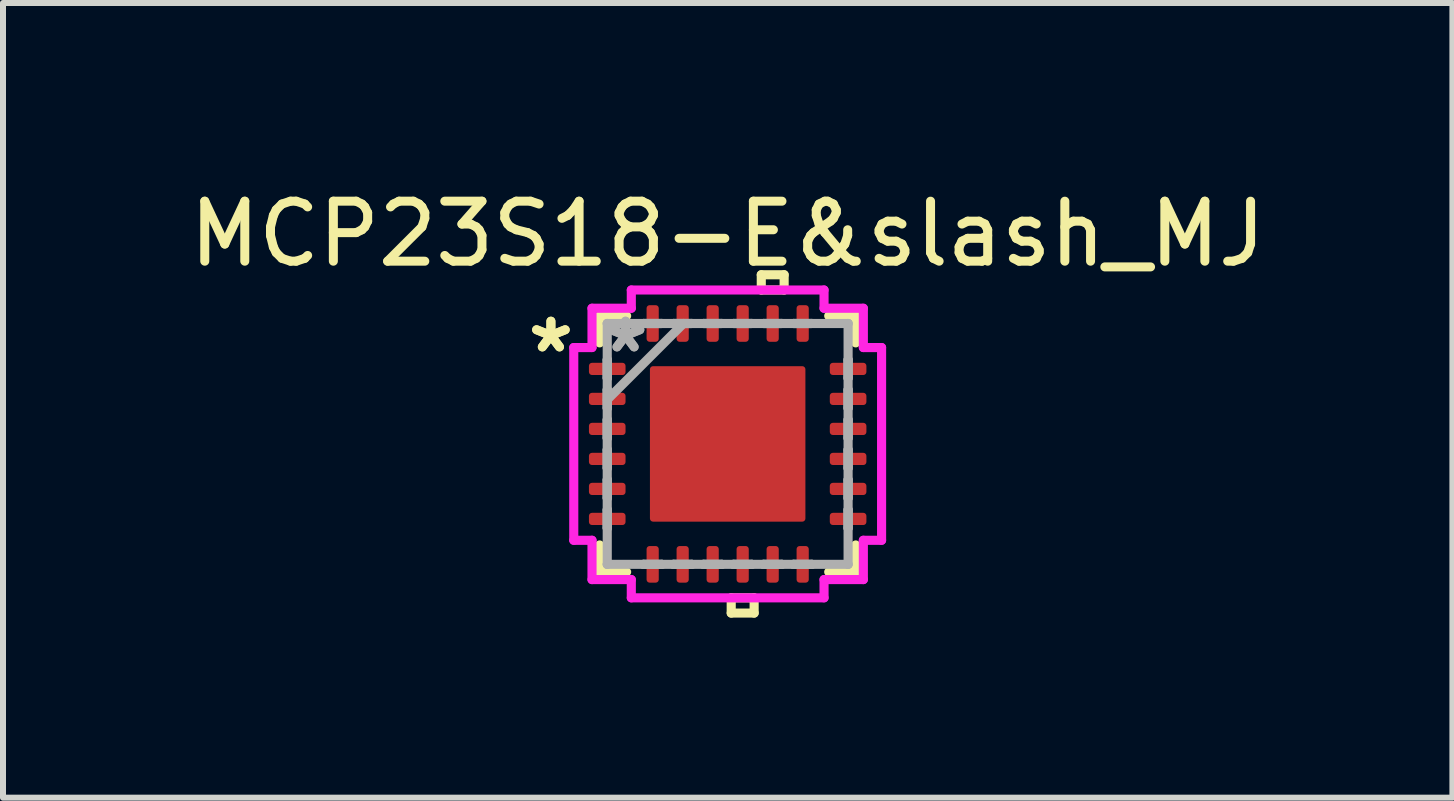
<source format=kicad_pcb>
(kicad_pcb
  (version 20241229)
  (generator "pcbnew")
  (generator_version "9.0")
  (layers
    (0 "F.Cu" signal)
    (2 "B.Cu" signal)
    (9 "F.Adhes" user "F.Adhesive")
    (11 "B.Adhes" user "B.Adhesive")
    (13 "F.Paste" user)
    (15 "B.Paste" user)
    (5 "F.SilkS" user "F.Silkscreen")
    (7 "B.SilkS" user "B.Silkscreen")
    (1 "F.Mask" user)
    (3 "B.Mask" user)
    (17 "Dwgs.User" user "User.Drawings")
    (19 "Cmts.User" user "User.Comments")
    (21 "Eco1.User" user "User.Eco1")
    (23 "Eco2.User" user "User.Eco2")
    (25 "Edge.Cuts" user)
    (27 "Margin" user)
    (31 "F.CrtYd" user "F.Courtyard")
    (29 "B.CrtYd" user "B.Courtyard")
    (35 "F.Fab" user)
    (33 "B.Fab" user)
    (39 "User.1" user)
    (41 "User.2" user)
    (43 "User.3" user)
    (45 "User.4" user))
  (footprint "MCP23S18-E&slash_MJ"
    (layer "F.Cu")
    (at 9.077 4.348)
    (property "Reference" "MCP23S18-E&slash_MJ" (at 0 -3.5 0) (layer "F.SilkS") (effects (font (size 1 1) (thickness 0.15))))
    (attr smd)
    (fp_line (start -2.134 -2.134) (end -2.134 -1.684) (stroke (width 0.152) (type solid)) (layer "F.SilkS"))
    (fp_line (start -2.134 1.684) (end -2.134 2.134) (stroke (width 0.152) (type solid)) (layer "F.SilkS"))
    (fp_line (start -2.134 2.134) (end -1.684 2.134) (stroke (width 0.152) (type solid)) (layer "F.SilkS"))
    (fp_line (start -1.684 -2.134) (end -2.134 -2.134) (stroke (width 0.152) (type solid)) (layer "F.SilkS"))
    (fp_line (start 0.059 2.565) (end 0.059 2.819) (stroke (width 0.152) (type solid)) (layer "F.SilkS"))
    (fp_line (start 0.059 2.819) (end 0.441 2.819) (stroke (width 0.152) (type solid)) (layer "F.SilkS"))
    (fp_line (start 0.441 2.565) (end 0.059 2.565) (stroke (width 0.152) (type solid)) (layer "F.SilkS"))
    (fp_line (start 0.441 2.819) (end 0.441 2.565) (stroke (width 0.152) (type solid)) (layer "F.SilkS"))
    (fp_line (start 0.56 -2.819) (end 0.941 -2.819) (stroke (width 0.152) (type solid)) (layer "F.SilkS"))
    (fp_line (start 0.56 -2.565) (end 0.56 -2.819) (stroke (width 0.152) (type solid)) (layer "F.SilkS"))
    (fp_line (start 0.941 -2.819) (end 0.941 -2.565) (stroke (width 0.152) (type solid)) (layer "F.SilkS"))
    (fp_line (start 0.941 -2.565) (end 0.56 -2.565) (stroke (width 0.152) (type solid)) (layer "F.SilkS"))
    (fp_line (start 1.684 2.134) (end 2.134 2.134) (stroke (width 0.152) (type solid)) (layer "F.SilkS"))
    (fp_line (start 2.134 -2.134) (end 1.684 -2.134) (stroke (width 0.152) (type solid)) (layer "F.SilkS"))
    (fp_line (start 2.134 -1.684) (end 2.134 -2.134) (stroke (width 0.152) (type solid)) (layer "F.SilkS"))
    (fp_line (start 2.134 2.134) (end 2.134 1.684) (stroke (width 0.152) (type solid)) (layer "F.SilkS"))
    (fp_line (start -1.195 -1.195) (end -1.195 -0.1) (stroke (width 0.152) (type solid)) (layer "F.Paste"))
    (fp_line (start -1.195 -0.1) (end -0.1 -0.1) (stroke (width 0.152) (type solid)) (layer "F.Paste"))
    (fp_line (start -1.195 0.1) (end -1.195 1.195) (stroke (width 0.152) (type solid)) (layer "F.Paste"))
    (fp_line (start -1.195 1.195) (end -0.1 1.195) (stroke (width 0.152) (type solid)) (layer "F.Paste"))
    (fp_line (start -0.1 -1.195) (end -1.195 -1.195) (stroke (width 0.152) (type solid)) (layer "F.Paste"))
    (fp_line (start -0.1 -0.1) (end -0.1 -1.195) (stroke (width 0.152) (type solid)) (layer "F.Paste"))
    (fp_line (start -0.1 0.1) (end -1.195 0.1) (stroke (width 0.152) (type solid)) (layer "F.Paste"))
    (fp_line (start -0.1 1.195) (end -0.1 0.1) (stroke (width 0.152) (type solid)) (layer "F.Paste"))
    (fp_line (start 0.1 -1.195) (end 0.1 -0.1) (stroke (width 0.152) (type solid)) (layer "F.Paste"))
    (fp_line (start 0.1 -0.1) (end 1.195 -0.1) (stroke (width 0.152) (type solid)) (layer "F.Paste"))
    (fp_line (start 0.1 0.1) (end 0.1 1.195) (stroke (width 0.152) (type solid)) (layer "F.Paste"))
    (fp_line (start 0.1 1.195) (end 1.195 1.195) (stroke (width 0.152) (type solid)) (layer "F.Paste"))
    (fp_line (start 1.195 -1.195) (end 0.1 -1.195) (stroke (width 0.152) (type solid)) (layer "F.Paste"))
    (fp_line (start 1.195 -0.1) (end 1.195 -1.195) (stroke (width 0.152) (type solid)) (layer "F.Paste"))
    (fp_line (start 1.195 0.1) (end 0.1 0.1) (stroke (width 0.152) (type solid)) (layer "F.Paste"))
    (fp_line (start 1.195 1.195) (end 1.195 0.1) (stroke (width 0.152) (type solid)) (layer "F.Paste"))
    (fp_line (start -2.565 -1.606) (end -2.261 -1.606) (stroke (width 0.152) (type solid)) (layer "F.CrtYd"))
    (fp_line (start -2.565 1.606) (end -2.565 -1.606) (stroke (width 0.152) (type solid)) (layer "F.CrtYd"))
    (fp_line (start -2.261 -2.261) (end -1.606 -2.261) (stroke (width 0.152) (type solid)) (layer "F.CrtYd"))
    (fp_line (start -2.261 -1.606) (end -2.261 -2.261) (stroke (width 0.152) (type solid)) (layer "F.CrtYd"))
    (fp_line (start -2.261 1.606) (end -2.565 1.606) (stroke (width 0.152) (type solid)) (layer "F.CrtYd"))
    (fp_line (start -2.261 2.261) (end -2.261 1.606) (stroke (width 0.152) (type solid)) (layer "F.CrtYd"))
    (fp_line (start -1.606 -2.565) (end 1.606 -2.565) (stroke (width 0.152) (type solid)) (layer "F.CrtYd"))
    (fp_line (start -1.606 -2.261) (end -1.606 -2.565) (stroke (width 0.152) (type solid)) (layer "F.CrtYd"))
    (fp_line (start -1.606 2.261) (end -2.261 2.261) (stroke (width 0.152) (type solid)) (layer "F.CrtYd"))
    (fp_line (start -1.606 2.565) (end -1.606 2.261) (stroke (width 0.152) (type solid)) (layer "F.CrtYd"))
    (fp_line (start 1.606 -2.565) (end 1.606 -2.261) (stroke (width 0.152) (type solid)) (layer "F.CrtYd"))
    (fp_line (start 1.606 -2.261) (end 2.261 -2.261) (stroke (width 0.152) (type solid)) (layer "F.CrtYd"))
    (fp_line (start 1.606 2.261) (end 1.606 2.565) (stroke (width 0.152) (type solid)) (layer "F.CrtYd"))
    (fp_line (start 1.606 2.565) (end -1.606 2.565) (stroke (width 0.152) (type solid)) (layer "F.CrtYd"))
    (fp_line (start 2.261 -2.261) (end 2.261 -1.606) (stroke (width 0.152) (type solid)) (layer "F.CrtYd"))
    (fp_line (start 2.261 -1.606) (end 2.565 -1.606) (stroke (width 0.152) (type solid)) (layer "F.CrtYd"))
    (fp_line (start 2.261 1.606) (end 2.261 2.261) (stroke (width 0.152) (type solid)) (layer "F.CrtYd"))
    (fp_line (start 2.261 2.261) (end 1.606 2.261) (stroke (width 0.152) (type solid)) (layer "F.CrtYd"))
    (fp_line (start 2.565 -1.606) (end 2.565 1.606) (stroke (width 0.152) (type solid)) (layer "F.CrtYd"))
    (fp_line (start 2.565 1.606) (end 2.261 1.606) (stroke (width 0.152) (type solid)) (layer "F.CrtYd"))
    (fp_line (start -2.007 -2.007) (end -2.007 -2.007) (stroke (width 0.152) (type solid)) (layer "F.Fab"))
    (fp_line (start -2.007 -2.007) (end -2.007 2.007) (stroke (width 0.152) (type solid)) (layer "F.Fab"))
    (fp_line (start -2.007 -1.402) (end -2.007 -1.402) (stroke (width 0.152) (type solid)) (layer "F.Fab"))
    (fp_line (start -2.007 -1.402) (end -2.007 -1.098) (stroke (width 0.152) (type solid)) (layer "F.Fab"))
    (fp_line (start -2.007 -1.098) (end -2.007 -1.402) (stroke (width 0.152) (type solid)) (layer "F.Fab"))
    (fp_line (start -2.007 -1.098) (end -2.007 -1.098) (stroke (width 0.152) (type solid)) (layer "F.Fab"))
    (fp_line (start -2.007 -0.902) (end -2.007 -0.902) (stroke (width 0.152) (type solid)) (layer "F.Fab"))
    (fp_line (start -2.007 -0.902) (end -2.007 -0.598) (stroke (width 0.152) (type solid)) (layer "F.Fab"))
    (fp_line (start -2.007 -0.737) (end -0.737 -2.007) (stroke (width 0.152) (type solid)) (layer "F.Fab"))
    (fp_line (start -2.007 -0.598) (end -2.007 -0.902) (stroke (width 0.152) (type solid)) (layer "F.Fab"))
    (fp_line (start -2.007 -0.598) (end -2.007 -0.598) (stroke (width 0.152) (type solid)) (layer "F.Fab"))
    (fp_line (start -2.007 -0.402) (end -2.007 -0.402) (stroke (width 0.152) (type solid)) (layer "F.Fab"))
    (fp_line (start -2.007 -0.402) (end -2.007 -0.098) (stroke (width 0.152) (type solid)) (layer "F.Fab"))
    (fp_line (start -2.007 -0.098) (end -2.007 -0.402) (stroke (width 0.152) (type solid)) (layer "F.Fab"))
    (fp_line (start -2.007 -0.098) (end -2.007 -0.098) (stroke (width 0.152) (type solid)) (layer "F.Fab"))
    (fp_line (start -2.007 0.098) (end -2.007 0.098) (stroke (width 0.152) (type solid)) (layer "F.Fab"))
    (fp_line (start -2.007 0.098) (end -2.007 0.402) (stroke (width 0.152) (type solid)) (layer "F.Fab"))
    (fp_line (start -2.007 0.402) (end -2.007 0.098) (stroke (width 0.152) (type solid)) (layer "F.Fab"))
    (fp_line (start -2.007 0.402) (end -2.007 0.402) (stroke (width 0.152) (type solid)) (layer "F.Fab"))
    (fp_line (start -2.007 0.598) (end -2.007 0.598) (stroke (width 0.152) (type solid)) (layer "F.Fab"))
    (fp_line (start -2.007 0.598) (end -2.007 0.902) (stroke (width 0.152) (type solid)) (layer "F.Fab"))
    (fp_line (start -2.007 0.902) (end -2.007 0.598) (stroke (width 0.152) (type solid)) (layer "F.Fab"))
    (fp_line (start -2.007 0.902) (end -2.007 0.902) (stroke (width 0.152) (type solid)) (layer "F.Fab"))
    (fp_line (start -2.007 1.098) (end -2.007 1.098) (stroke (width 0.152) (type solid)) (layer "F.Fab"))
    (fp_line (start -2.007 1.098) (end -2.007 1.402) (stroke (width 0.152) (type solid)) (layer "F.Fab"))
    (fp_line (start -2.007 1.402) (end -2.007 1.098) (stroke (width 0.152) (type solid)) (layer "F.Fab"))
    (fp_line (start -2.007 1.402) (end -2.007 1.402) (stroke (width 0.152) (type solid)) (layer "F.Fab"))
    (fp_line (start -2.007 2.007) (end -2.007 2.007) (stroke (width 0.152) (type solid)) (layer "F.Fab"))
    (fp_line (start -2.007 2.007) (end 2.007 2.007) (stroke (width 0.152) (type solid)) (layer "F.Fab"))
    (fp_line (start -1.402 -2.007) (end -1.402 -2.007) (stroke (width 0.152) (type solid)) (layer "F.Fab"))
    (fp_line (start -1.402 -2.007) (end -1.098 -2.007) (stroke (width 0.152) (type solid)) (layer "F.Fab"))
    (fp_line (start -1.402 2.007) (end -1.402 2.007) (stroke (width 0.152) (type solid)) (layer "F.Fab"))
    (fp_line (start -1.402 2.007) (end -1.098 2.007) (stroke (width 0.152) (type solid)) (layer "F.Fab"))
    (fp_line (start -1.098 -2.007) (end -1.402 -2.007) (stroke (width 0.152) (type solid)) (layer "F.Fab"))
    (fp_line (start -1.098 -2.007) (end -1.098 -2.007) (stroke (width 0.152) (type solid)) (layer "F.Fab"))
    (fp_line (start -1.098 2.007) (end -1.402 2.007) (stroke (width 0.152) (type solid)) (layer "F.Fab"))
    (fp_line (start -1.098 2.007) (end -1.098 2.007) (stroke (width 0.152) (type solid)) (layer "F.Fab"))
    (fp_line (start -0.902 -2.007) (end -0.902 -2.007) (stroke (width 0.152) (type solid)) (layer "F.Fab"))
    (fp_line (start -0.902 -2.007) (end -0.598 -2.007) (stroke (width 0.152) (type solid)) (layer "F.Fab"))
    (fp_line (start -0.902 2.007) (end -0.902 2.007) (stroke (width 0.152) (type solid)) (layer "F.Fab"))
    (fp_line (start -0.902 2.007) (end -0.598 2.007) (stroke (width 0.152) (type solid)) (layer "F.Fab"))
    (fp_line (start -0.598 -2.007) (end -0.902 -2.007) (stroke (width 0.152) (type solid)) (layer "F.Fab"))
    (fp_line (start -0.598 -2.007) (end -0.598 -2.007) (stroke (width 0.152) (type solid)) (layer "F.Fab"))
    (fp_line (start -0.598 2.007) (end -0.902 2.007) (stroke (width 0.152) (type solid)) (layer "F.Fab"))
    (fp_line (start -0.598 2.007) (end -0.598 2.007) (stroke (width 0.152) (type solid)) (layer "F.Fab"))
    (fp_line (start -0.402 -2.007) (end -0.402 -2.007) (stroke (width 0.152) (type solid)) (layer "F.Fab"))
    (fp_line (start -0.402 -2.007) (end -0.098 -2.007) (stroke (width 0.152) (type solid)) (layer "F.Fab"))
    (fp_line (start -0.402 2.007) (end -0.402 2.007) (stroke (width 0.152) (type solid)) (layer "F.Fab"))
    (fp_line (start -0.402 2.007) (end -0.098 2.007) (stroke (width 0.152) (type solid)) (layer "F.Fab"))
    (fp_line (start -0.098 -2.007) (end -0.402 -2.007) (stroke (width 0.152) (type solid)) (layer "F.Fab"))
    (fp_line (start -0.098 -2.007) (end -0.098 -2.007) (stroke (width 0.152) (type solid)) (layer "F.Fab"))
    (fp_line (start -0.098 2.007) (end -0.402 2.007) (stroke (width 0.152) (type solid)) (layer "F.Fab"))
    (fp_line (start -0.098 2.007) (end -0.098 2.007) (stroke (width 0.152) (type solid)) (layer "F.Fab"))
    (fp_line (start 0.098 -2.007) (end 0.098 -2.007) (stroke (width 0.152) (type solid)) (layer "F.Fab"))
    (fp_line (start 0.098 -2.007) (end 0.402 -2.007) (stroke (width 0.152) (type solid)) (layer "F.Fab"))
    (fp_line (start 0.098 2.007) (end 0.098 2.007) (stroke (width 0.152) (type solid)) (layer "F.Fab"))
    (fp_line (start 0.098 2.007) (end 0.402 2.007) (stroke (width 0.152) (type solid)) (layer "F.Fab"))
    (fp_line (start 0.402 -2.007) (end 0.098 -2.007) (stroke (width 0.152) (type solid)) (layer "F.Fab"))
    (fp_line (start 0.402 -2.007) (end 0.402 -2.007) (stroke (width 0.152) (type solid)) (layer "F.Fab"))
    (fp_line (start 0.402 2.007) (end 0.098 2.007) (stroke (width 0.152) (type solid)) (layer "F.Fab"))
    (fp_line (start 0.402 2.007) (end 0.402 2.007) (stroke (width 0.152) (type solid)) (layer "F.Fab"))
    (fp_line (start 0.598 -2.007) (end 0.598 -2.007) (stroke (width 0.152) (type solid)) (layer "F.Fab"))
    (fp_line (start 0.598 -2.007) (end 0.902 -2.007) (stroke (width 0.152) (type solid)) (layer "F.Fab"))
    (fp_line (start 0.598 2.007) (end 0.598 2.007) (stroke (width 0.152) (type solid)) (layer "F.Fab"))
    (fp_line (start 0.598 2.007) (end 0.902 2.007) (stroke (width 0.152) (type solid)) (layer "F.Fab"))
    (fp_line (start 0.902 -2.007) (end 0.598 -2.007) (stroke (width 0.152) (type solid)) (layer "F.Fab"))
    (fp_line (start 0.902 -2.007) (end 0.902 -2.007) (stroke (width 0.152) (type solid)) (layer "F.Fab"))
    (fp_line (start 0.902 2.007) (end 0.598 2.007) (stroke (width 0.152) (type solid)) (layer "F.Fab"))
    (fp_line (start 0.902 2.007) (end 0.902 2.007) (stroke (width 0.152) (type solid)) (layer "F.Fab"))
    (fp_line (start 1.098 -2.007) (end 1.098 -2.007) (stroke (width 0.152) (type solid)) (layer "F.Fab"))
    (fp_line (start 1.098 -2.007) (end 1.402 -2.007) (stroke (width 0.152) (type solid)) (layer "F.Fab"))
    (fp_line (start 1.098 2.007) (end 1.098 2.007) (stroke (width 0.152) (type solid)) (layer "F.Fab"))
    (fp_line (start 1.098 2.007) (end 1.402 2.007) (stroke (width 0.152) (type solid)) (layer "F.Fab"))
    (fp_line (start 1.402 -2.007) (end 1.098 -2.007) (stroke (width 0.152) (type solid)) (layer "F.Fab"))
    (fp_line (start 1.402 -2.007) (end 1.402 -2.007) (stroke (width 0.152) (type solid)) (layer "F.Fab"))
    (fp_line (start 1.402 2.007) (end 1.098 2.007) (stroke (width 0.152) (type solid)) (layer "F.Fab"))
    (fp_line (start 1.402 2.007) (end 1.402 2.007) (stroke (width 0.152) (type solid)) (layer "F.Fab"))
    (fp_line (start 2.007 -2.007) (end -2.007 -2.007) (stroke (width 0.152) (type solid)) (layer "F.Fab"))
    (fp_line (start 2.007 -2.007) (end 2.007 -2.007) (stroke (width 0.152) (type solid)) (layer "F.Fab"))
    (fp_line (start 2.007 -1.402) (end 2.007 -1.402) (stroke (width 0.152) (type solid)) (layer "F.Fab"))
    (fp_line (start 2.007 -1.402) (end 2.007 -1.098) (stroke (width 0.152) (type solid)) (layer "F.Fab"))
    (fp_line (start 2.007 -1.098) (end 2.007 -1.402) (stroke (width 0.152) (type solid)) (layer "F.Fab"))
    (fp_line (start 2.007 -1.098) (end 2.007 -1.098) (stroke (width 0.152) (type solid)) (layer "F.Fab"))
    (fp_line (start 2.007 -0.902) (end 2.007 -0.902) (stroke (width 0.152) (type solid)) (layer "F.Fab"))
    (fp_line (start 2.007 -0.902) (end 2.007 -0.598) (stroke (width 0.152) (type solid)) (layer "F.Fab"))
    (fp_line (start 2.007 -0.598) (end 2.007 -0.902) (stroke (width 0.152) (type solid)) (layer "F.Fab"))
    (fp_line (start 2.007 -0.598) (end 2.007 -0.598) (stroke (width 0.152) (type solid)) (layer "F.Fab"))
    (fp_line (start 2.007 -0.402) (end 2.007 -0.402) (stroke (width 0.152) (type solid)) (layer "F.Fab"))
    (fp_line (start 2.007 -0.402) (end 2.007 -0.098) (stroke (width 0.152) (type solid)) (layer "F.Fab"))
    (fp_line (start 2.007 -0.098) (end 2.007 -0.402) (stroke (width 0.152) (type solid)) (layer "F.Fab"))
    (fp_line (start 2.007 -0.098) (end 2.007 -0.098) (stroke (width 0.152) (type solid)) (layer "F.Fab"))
    (fp_line (start 2.007 0.098) (end 2.007 0.098) (stroke (width 0.152) (type solid)) (layer "F.Fab"))
    (fp_line (start 2.007 0.098) (end 2.007 0.402) (stroke (width 0.152) (type solid)) (layer "F.Fab"))
    (fp_line (start 2.007 0.402) (end 2.007 0.098) (stroke (width 0.152) (type solid)) (layer "F.Fab"))
    (fp_line (start 2.007 0.402) (end 2.007 0.402) (stroke (width 0.152) (type solid)) (layer "F.Fab"))
    (fp_line (start 2.007 0.598) (end 2.007 0.598) (stroke (width 0.152) (type solid)) (layer "F.Fab"))
    (fp_line (start 2.007 0.598) (end 2.007 0.902) (stroke (width 0.152) (type solid)) (layer "F.Fab"))
    (fp_line (start 2.007 0.902) (end 2.007 0.598) (stroke (width 0.152) (type solid)) (layer "F.Fab"))
    (fp_line (start 2.007 0.902) (end 2.007 0.902) (stroke (width 0.152) (type solid)) (layer "F.Fab"))
    (fp_line (start 2.007 1.098) (end 2.007 1.098) (stroke (width 0.152) (type solid)) (layer "F.Fab"))
    (fp_line (start 2.007 1.098) (end 2.007 1.402) (stroke (width 0.152) (type solid)) (layer "F.Fab"))
    (fp_line (start 2.007 1.402) (end 2.007 1.098) (stroke (width 0.152) (type solid)) (layer "F.Fab"))
    (fp_line (start 2.007 1.402) (end 2.007 1.402) (stroke (width 0.152) (type solid)) (layer "F.Fab"))
    (fp_line (start 2.007 2.007) (end 2.007 -2.007) (stroke (width 0.152) (type solid)) (layer "F.Fab"))
    (fp_line (start 2.007 2.007) (end 2.007 2.007) (stroke (width 0.152) (type solid)) (layer "F.Fab"))
    (fp_text user "*" (at -2.946 -1.5 0) (layer "F.SilkS") (effects (font (size 1 1) (thickness 0.15))))
    (fp_text user "*" (at -2.946 -1.5 0) (layer "F.SilkS") (effects (font (size 1 1) (thickness 0.15))))
    (fp_text user "*" (at -1.702 -1.5 0) (layer "F.Fab") (effects (font (size 1 1) (thickness 0.15))))
    (fp_text user "*" (at -1.702 -1.5 0) (layer "F.Fab") (effects (font (size 1 1) (thickness 0.15))))
    (pad "1" smd roundrect (at -2.007 -1.25 90) (size 0.203 0.61) (layers "F.Cu" "F.Mask" "F.Paste") (roundrect_rratio 0.25))
    (pad "2" smd roundrect (at -2.007 -0.75 90) (size 0.203 0.61) (layers "F.Cu" "F.Mask" "F.Paste") (roundrect_rratio 0.25))
    (pad "3" smd roundrect (at -2.007 -0.25 90) (size 0.203 0.61) (layers "F.Cu" "F.Mask" "F.Paste") (roundrect_rratio 0.25))
    (pad "4" smd roundrect (at -2.007 0.25 90) (size 0.203 0.61) (layers "F.Cu" "F.Mask" "F.Paste") (roundrect_rratio 0.25))
    (pad "5" smd roundrect (at -2.007 0.75 90) (size 0.203 0.61) (layers "F.Cu" "F.Mask" "F.Paste") (roundrect_rratio 0.25))
    (pad "6" smd roundrect (at -2.007 1.25 90) (size 0.203 0.61) (layers "F.Cu" "F.Mask" "F.Paste") (roundrect_rratio 0.25))
    (pad "7" smd roundrect (at -1.25 2.007) (size 0.203 0.61) (layers "F.Cu" "F.Mask" "F.Paste") (roundrect_rratio 0.25))
    (pad "8" smd roundrect (at -0.75 2.007) (size 0.203 0.61) (layers "F.Cu" "F.Mask" "F.Paste") (roundrect_rratio 0.25))
    (pad "9" smd roundrect (at -0.25 2.007) (size 0.203 0.61) (layers "F.Cu" "F.Mask" "F.Paste") (roundrect_rratio 0.25))
    (pad "10" smd roundrect (at 0.25 2.007) (size 0.203 0.61) (layers "F.Cu" "F.Mask" "F.Paste") (roundrect_rratio 0.25))
    (pad "11" smd roundrect (at 0.75 2.007) (size 0.203 0.61) (layers "F.Cu" "F.Mask" "F.Paste") (roundrect_rratio 0.25))
    (pad "12" smd roundrect (at 1.25 2.007) (size 0.203 0.61) (layers "F.Cu" "F.Mask" "F.Paste") (roundrect_rratio 0.25))
    (pad "13" smd roundrect (at 2.007 1.25 90) (size 0.203 0.61) (layers "F.Cu" "F.Mask" "F.Paste") (roundrect_rratio 0.25))
    (pad "14" smd roundrect (at 2.007 0.75 90) (size 0.203 0.61) (layers "F.Cu" "F.Mask" "F.Paste") (roundrect_rratio 0.25))
    (pad "15" smd roundrect (at 2.007 0.25 90) (size 0.203 0.61) (layers "F.Cu" "F.Mask" "F.Paste") (roundrect_rratio 0.25))
    (pad "16" smd roundrect (at 2.007 -0.25 90) (size 0.203 0.61) (layers "F.Cu" "F.Mask" "F.Paste") (roundrect_rratio 0.25))
    (pad "17" smd roundrect (at 2.007 -0.75 90) (size 0.203 0.61) (layers "F.Cu" "F.Mask" "F.Paste") (roundrect_rratio 0.25))
    (pad "18" smd roundrect (at 2.007 -1.25 90) (size 0.203 0.61) (layers "F.Cu" "F.Mask" "F.Paste") (roundrect_rratio 0.25))
    (pad "19" smd roundrect (at 1.25 -2.007) (size 0.203 0.61) (layers "F.Cu" "F.Mask" "F.Paste") (roundrect_rratio 0.25))
    (pad "20" smd roundrect (at 0.75 -2.007) (size 0.203 0.61) (layers "F.Cu" "F.Mask" "F.Paste") (roundrect_rratio 0.25))
    (pad "21" smd roundrect (at 0.25 -2.007) (size 0.203 0.61) (layers "F.Cu" "F.Mask" "F.Paste") (roundrect_rratio 0.25))
    (pad "22" smd roundrect (at -0.25 -2.007) (size 0.203 0.61) (layers "F.Cu" "F.Mask" "F.Paste") (roundrect_rratio 0.25))
    (pad "23" smd roundrect (at -0.75 -2.007) (size 0.203 0.61) (layers "F.Cu" "F.Mask" "F.Paste") (roundrect_rratio 0.25))
    (pad "24" smd roundrect (at -1.25 -2.007) (size 0.203 0.61) (layers "F.Cu" "F.Mask" "F.Paste") (roundrect_rratio 0.25))
    (pad "25" smd roundrect (at 0 0) (size 2.591 2.591) (layers "F.Cu" "F.Mask" "F.Paste") (roundrect_rratio 0.02)))
  (gr_rect
    (start -3 -3)
    (end 21.155 10.244)
    (stroke (width 0.1) (type default))
    (fill no)
    (layer "Edge.Cuts")))
</source>
